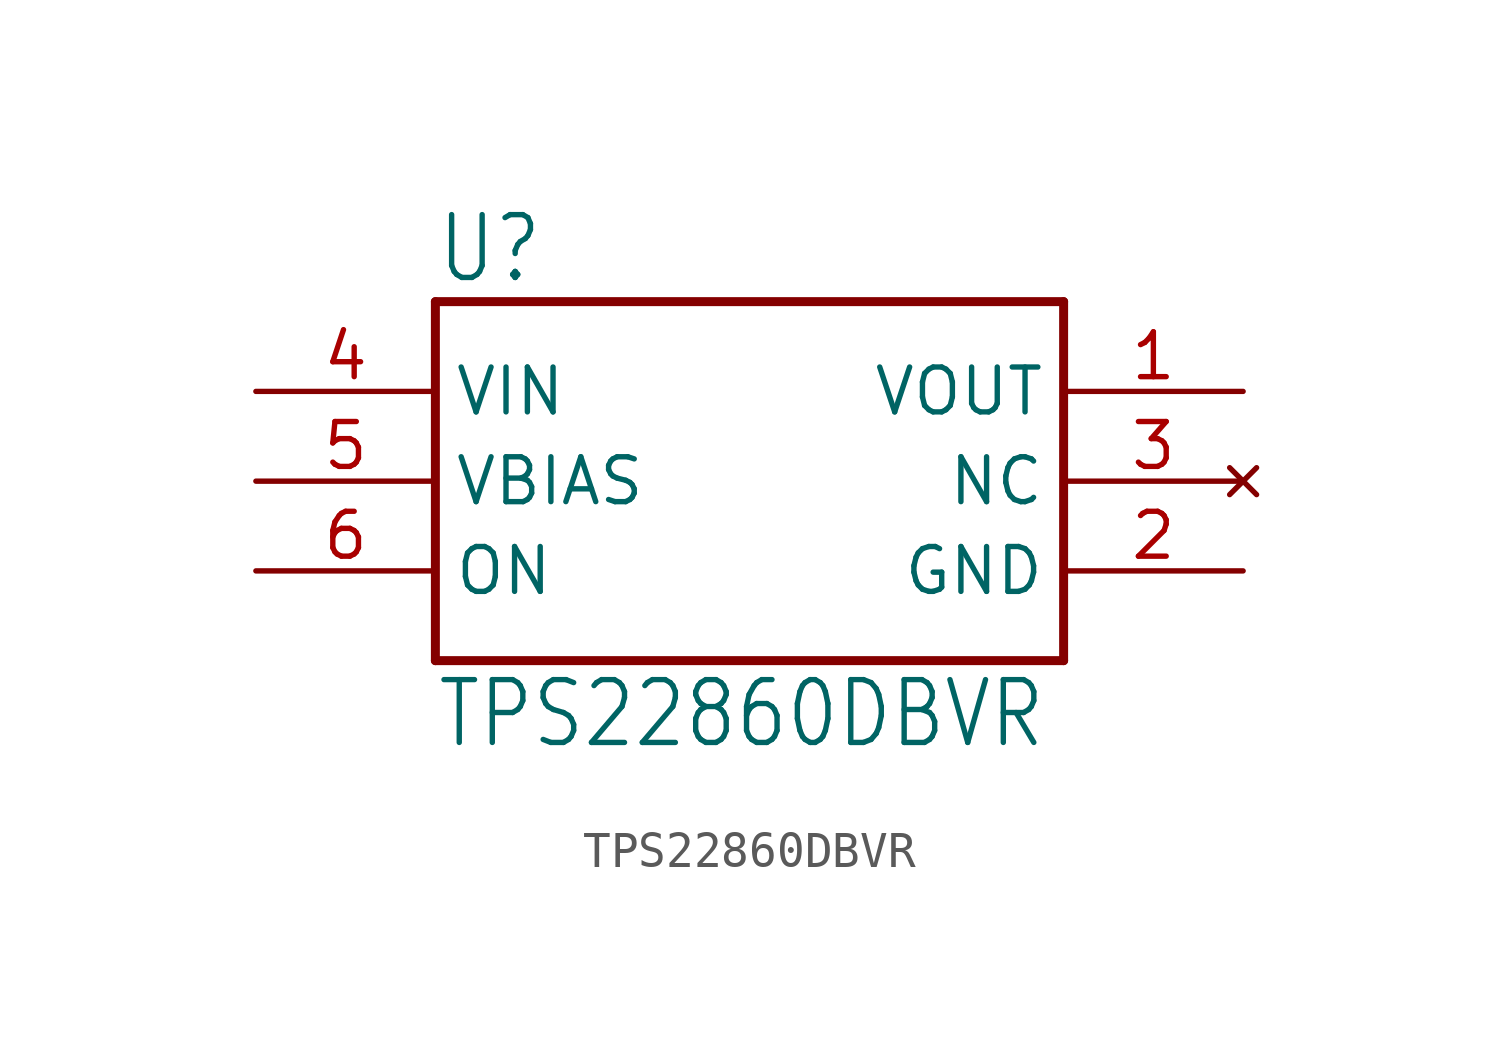
<source format=kicad_sym>
(kicad_symbol_lib
  (version 20211014)
  (generator kicad_symbol_editor)
  (symbol "TPS22860DBVR"
    (property "Reference" "U"
      (at 0 2.54 0)
      (effects (font (size 1.778 1.511)) (justify left top)))
    (property "Value" "TPS22860DBVR"
      (at 0 -12.7 0)
      (effects (font (size 1.778 1.511)) (justify left bottom)))
    (property "ki_locked" ""
      (at 0 0 0)
      (effects (font (size 1.27 1.27))))
    (symbol "TPS22860DBVR_1_0"
      (polyline (pts (xy 0 -10.16) (xy 0 0)) (stroke (width 0.254) (type default) (color 0 0 0 0)) (fill (type none)))
      (polyline (pts (xy 0 0) (xy 17.78 0)) (stroke (width 0.254) (type default) (color 0 0 0 0)) (fill (type none)))
      (polyline (pts (xy 17.78 -10.16) (xy 0 -10.16)) (stroke (width 0.254) (type default) (color 0 0 0 0)) (fill (type none)))
      (polyline (pts (xy 17.78 0) (xy 17.78 -10.16)) (stroke (width 0.254) (type default) (color 0 0 0 0)) (fill (type none)))
      (pin power_in line (at 22.86 -2.54 180) (length 5.08) (name "VOUT" (effects (font (size 1.27 1.27)))) (number "1" (effects (font (size 1.27 1.27)))))
      (pin power_in line (at 22.86 -7.62 180) (length 5.08) (name "GND" (effects (font (size 1.27 1.27)))) (number "2" (effects (font (size 1.27 1.27)))))
      (pin no_connect line (at 22.86 -5.08 180) (length 5.08) (name "NC" (effects (font (size 1.27 1.27)))) (number "3" (effects (font (size 1.27 1.27)))))
      (pin power_in line (at -5.08 -2.54 0) (length 5.08) (name "VIN" (effects (font (size 1.27 1.27)))) (number "4" (effects (font (size 1.27 1.27)))))
      (pin power_in line (at -5.08 -5.08 0) (length 5.08) (name "VBIAS" (effects (font (size 1.27 1.27)))) (number "5" (effects (font (size 1.27 1.27)))))
      (pin input line (at -5.08 -7.62 0) (length 5.08) (name "ON" (effects (font (size 1.27 1.27)))) (number "6" (effects (font (size 1.27 1.27))))))))
</source>
